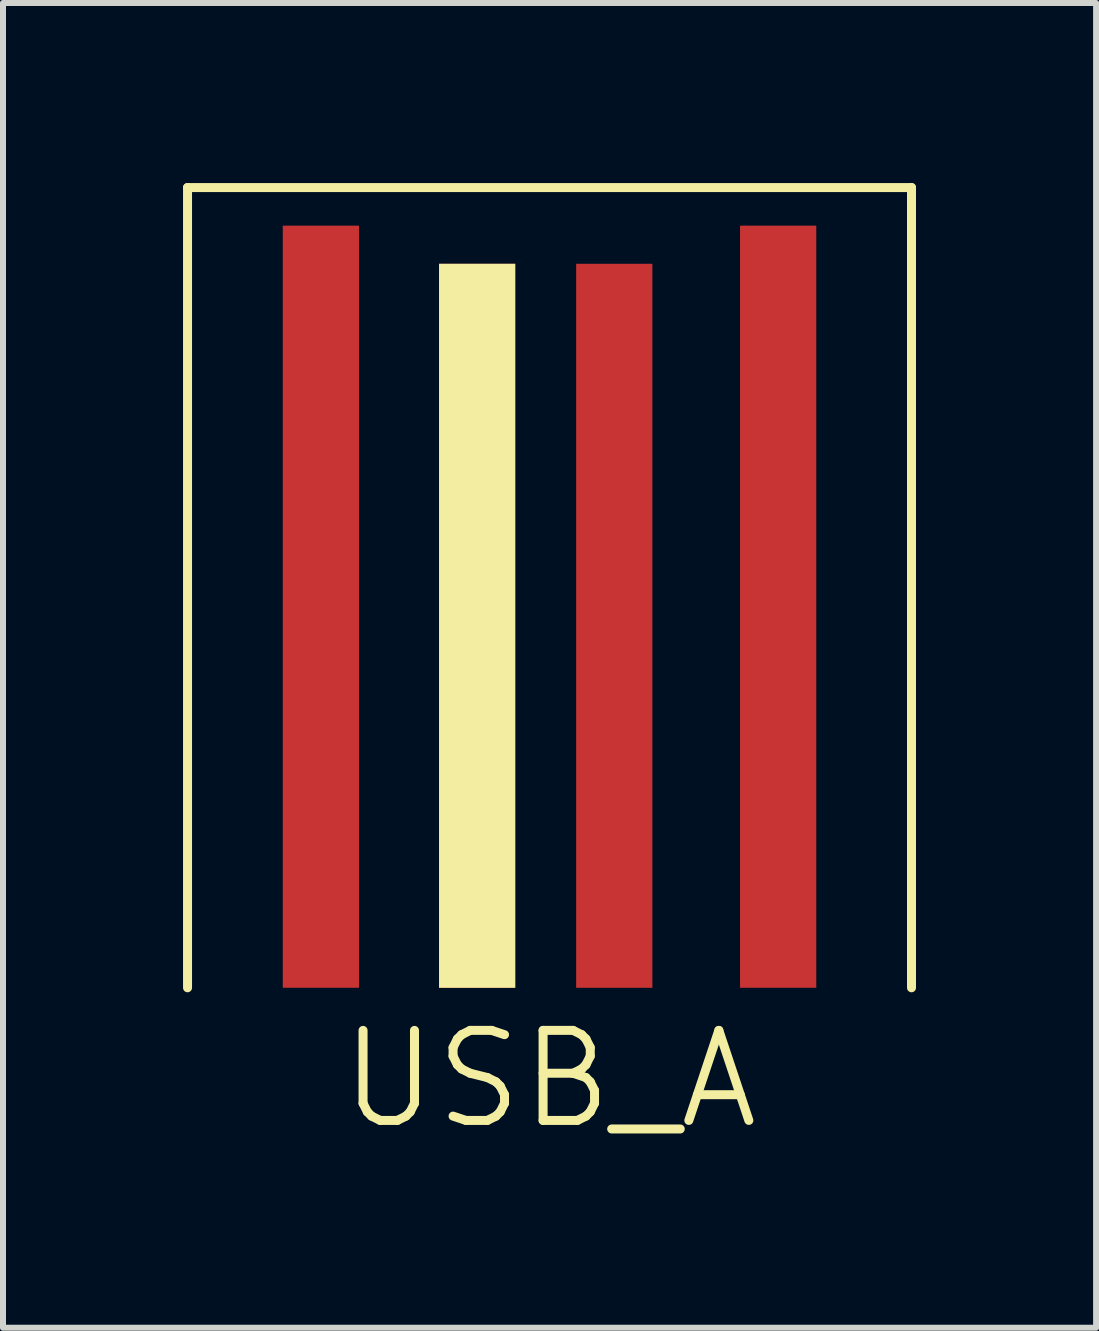
<source format=kicad_pcb>
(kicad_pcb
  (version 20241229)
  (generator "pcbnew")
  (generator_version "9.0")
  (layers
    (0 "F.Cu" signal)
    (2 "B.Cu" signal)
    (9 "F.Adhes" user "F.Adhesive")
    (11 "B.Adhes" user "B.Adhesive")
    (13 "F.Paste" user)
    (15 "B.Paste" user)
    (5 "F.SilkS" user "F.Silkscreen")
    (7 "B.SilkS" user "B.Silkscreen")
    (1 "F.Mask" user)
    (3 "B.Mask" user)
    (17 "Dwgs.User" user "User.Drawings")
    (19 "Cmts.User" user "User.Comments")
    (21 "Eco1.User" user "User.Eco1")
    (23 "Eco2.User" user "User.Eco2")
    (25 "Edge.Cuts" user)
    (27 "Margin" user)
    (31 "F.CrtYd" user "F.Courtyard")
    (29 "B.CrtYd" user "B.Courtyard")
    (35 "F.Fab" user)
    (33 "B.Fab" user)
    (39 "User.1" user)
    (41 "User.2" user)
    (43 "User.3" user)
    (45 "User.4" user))
  (footprint "USB_A"
    (layer "F.Cu")
    (at 6.107 7.06)
    (property "Reference" "USB_A" (at 0 7.874 0) (layer "F.SilkS") (effects (font (size 1.5 1.5) (thickness 0.15))))
    (attr through_hole)
    (fp_line (start -6.032 -6.985) (end 6.032 -6.985) (stroke (width 0.15) (type solid)) (layer "F.SilkS"))
    (fp_line (start -6.032 6.35) (end -6.032 -6.985) (stroke (width 0.15) (type solid)) (layer "F.SilkS"))
    (fp_line (start 6.032 -6.985) (end 6.032 6.35) (stroke (width 0.15) (type solid)) (layer "F.SilkS"))
    (pad "1" smd rect (at -3.81 0) (size 1.27 12.7) (layers "F.Cu" "F.Mask" "F.Paste"))
    (pad "2" smd rect (at 3.81 0) (size 1.27 12.7) (layers "F.Cu" "F.Mask" "F.Paste"))
    (pad "3" smd rect (at -1.206 0.318) (size 1.27 12.065) (layers "F.Cu" "F.Mask" "F.SilkS" "F.Paste"))
    (pad "4" smd rect (at 1.079 0.318) (size 1.27 12.065) (layers "F.Cu" "F.Mask" "F.Paste")))
  (gr_rect
    (start -3 -3)
    (end 15.215 19.075)
    (stroke (width 0.1) (type default))
    (fill no)
    (layer "Edge.Cuts")))
</source>
